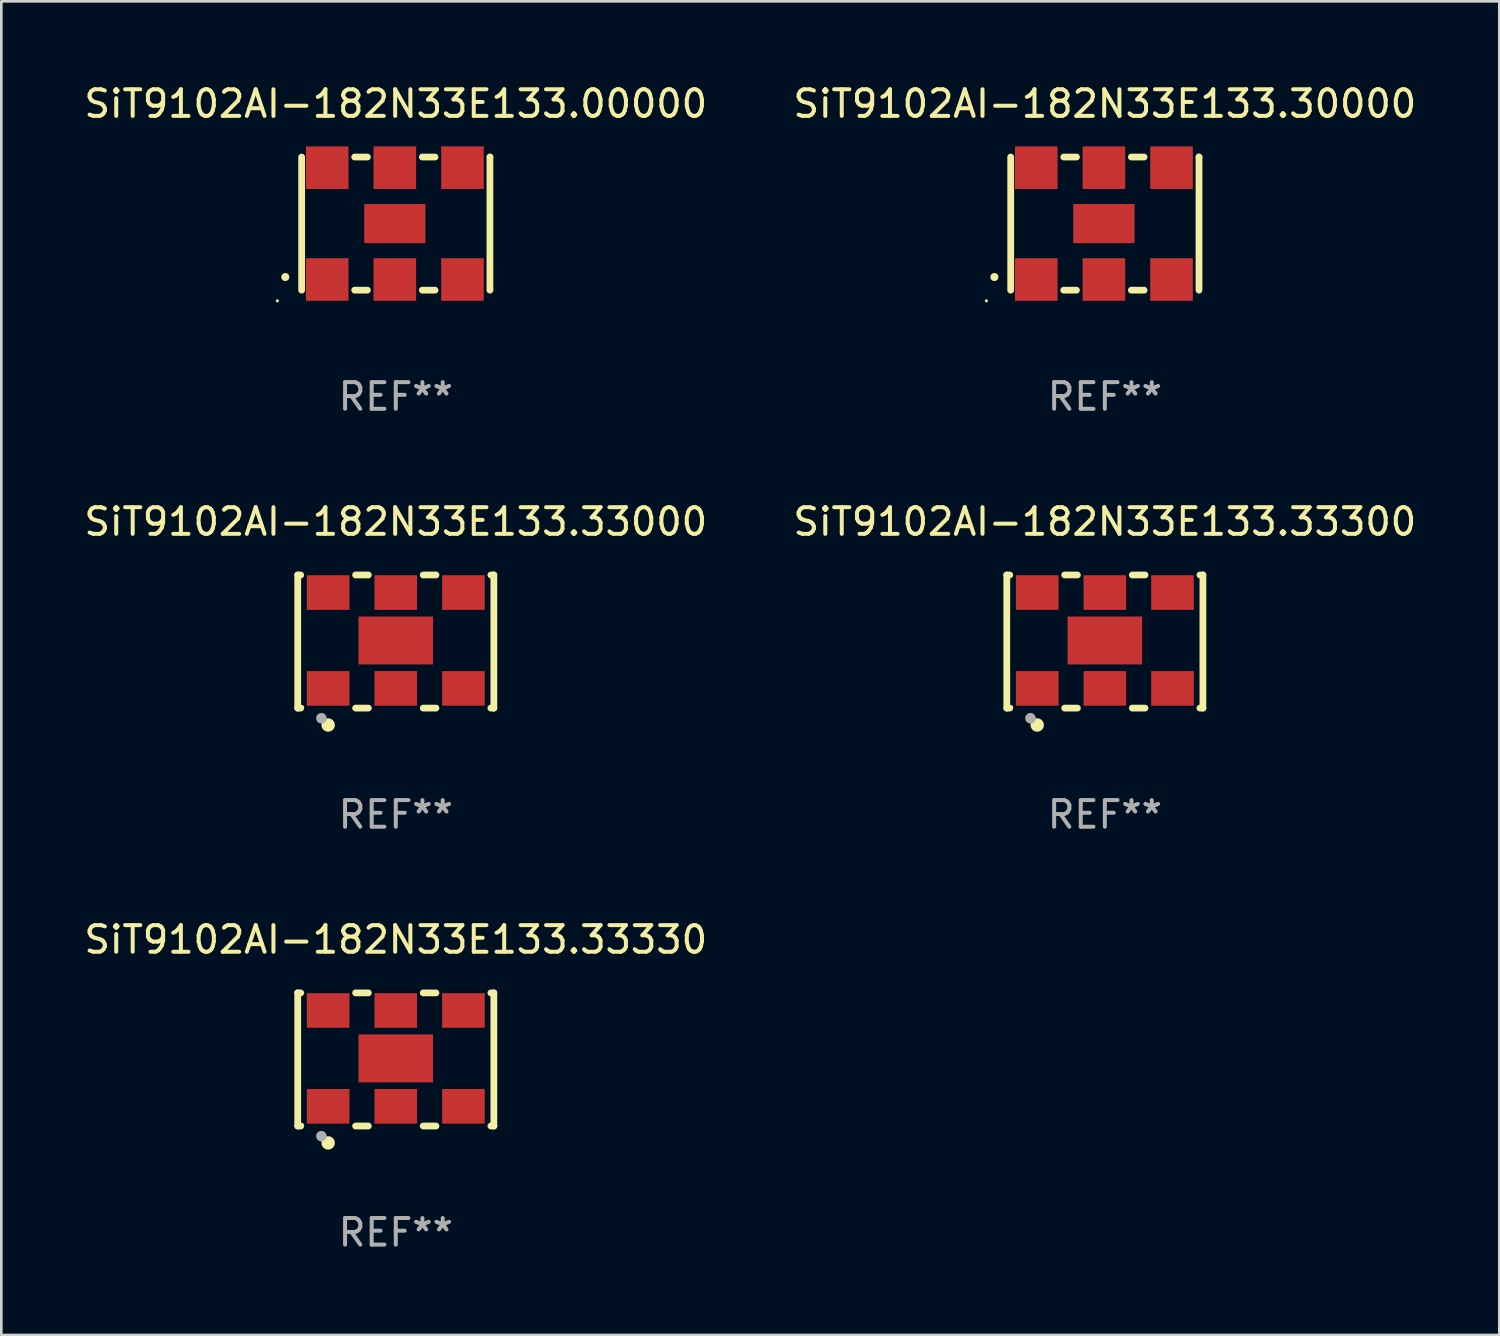
<source format=kicad_pcb>
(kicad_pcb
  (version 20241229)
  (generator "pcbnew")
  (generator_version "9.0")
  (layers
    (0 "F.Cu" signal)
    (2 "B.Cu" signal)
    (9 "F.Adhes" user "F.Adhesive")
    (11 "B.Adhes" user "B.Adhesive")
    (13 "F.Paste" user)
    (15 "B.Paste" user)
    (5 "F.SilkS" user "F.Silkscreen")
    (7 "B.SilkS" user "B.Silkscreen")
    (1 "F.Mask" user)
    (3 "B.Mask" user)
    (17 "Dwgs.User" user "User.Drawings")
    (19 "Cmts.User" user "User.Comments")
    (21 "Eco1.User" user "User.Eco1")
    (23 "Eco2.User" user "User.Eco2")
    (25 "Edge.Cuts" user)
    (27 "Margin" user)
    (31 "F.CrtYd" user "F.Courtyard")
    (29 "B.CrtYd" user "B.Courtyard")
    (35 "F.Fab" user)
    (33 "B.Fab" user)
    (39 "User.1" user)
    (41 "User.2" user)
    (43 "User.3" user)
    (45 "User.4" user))
  (footprint "SiT9102AI-182N33E133.33330"
    (layer "F.Cu")
    (at 11.815 36.741)
    (property "Reference" "SiT9102AI-182N33E133.33330" (at 0 -4.5 0) (layer "F.SilkS") (effects (font (size 1 1) (thickness 0.15))))
    (attr through_hole)
    (fp_line (start -3.683 -2.5) (end -3.571 -2.5) (stroke (width 0.254) (type solid)) (layer "F.SilkS"))
    (fp_line (start -3.683 2.5) (end -3.683 -2.5) (stroke (width 0.254) (type solid)) (layer "F.SilkS"))
    (fp_line (start -3.683 2.5) (end -3.571 2.5) (stroke (width 0.254) (type solid)) (layer "F.SilkS"))
    (fp_line (start -1.509 -2.5) (end -1.031 -2.5) (stroke (width 0.254) (type solid)) (layer "F.SilkS"))
    (fp_line (start -1.509 2.5) (end -1.031 2.5) (stroke (width 0.254) (type solid)) (layer "F.SilkS"))
    (fp_line (start 1.031 -2.5) (end 1.509 -2.5) (stroke (width 0.254) (type solid)) (layer "F.SilkS"))
    (fp_line (start 1.031 2.5) (end 1.509 2.5) (stroke (width 0.254) (type solid)) (layer "F.SilkS"))
    (fp_line (start 3.571 -2.5) (end 3.683 -2.5) (stroke (width 0.254) (type solid)) (layer "F.SilkS"))
    (fp_line (start 3.571 2.5) (end 3.683 2.5) (stroke (width 0.254) (type solid)) (layer "F.SilkS"))
    (fp_line (start 3.683 2.5) (end 3.683 -2.5) (stroke (width 0.254) (type solid)) (layer "F.SilkS"))
    (fp_circle (center -3.5 2.46) (end -3.47 2.46) (stroke (width 0.06) (type solid)) (fill no) (layer "F.SilkS"))
    (fp_circle (center -2.54 3.135) (end -2.413 3.135) (stroke (width 0.254) (type solid)) (fill no) (layer "F.SilkS"))
    (fp_circle (center -2.794 2.881) (end -2.694 2.881) (stroke (width 0.2) (type solid)) (fill no) (layer "F.Fab"))
    (fp_text user "REF**" (at 0 6.5 0) (layer "F.Fab") (effects (font (size 1 1) (thickness 0.15))))
    (pad "1" smd rect (at -2.54 1.76) (size 1.6 1.3) (layers "F.Cu" "F.Mask" "F.Paste"))
    (pad "2" smd rect (at 0 1.76) (size 1.6 1.3) (layers "F.Cu" "F.Mask" "F.Paste"))
    (pad "3" smd rect (at 2.54 1.76) (size 1.6 1.3) (layers "F.Cu" "F.Mask" "F.Paste"))
    (pad "4" smd rect (at 2.54 -1.84) (size 1.6 1.3) (layers "F.Cu" "F.Mask" "F.Paste"))
    (pad "5" smd rect (at 0 -1.84) (size 1.6 1.3) (layers "F.Cu" "F.Mask" "F.Paste"))
    (pad "6" smd rect (at -2.54 -1.84) (size 1.6 1.3) (layers "F.Cu" "F.Mask" "F.Paste"))
    (pad "7" smd rect (at 0 -0.04) (size 2.8 1.8) (layers "F.Cu" "F.Mask" "F.Paste")))
  (footprint "SiT9102AI-182N33E133.00000"
    (layer "F.Cu")
    (at 11.815 5.348)
    (property "Reference" "SiT9102AI-182N33E133.00000" (at 0 -4.5 0) (layer "F.SilkS") (effects (font (size 1 1) (thickness 0.15))))
    (attr through_hole)
    (fp_line (start -3.536 -2.5) (end -3.536 2.5) (stroke (width 0.254) (type solid)) (layer "F.SilkS"))
    (fp_line (start -1.544 2.5) (end -1.067 2.5) (stroke (width 0.254) (type solid)) (layer "F.SilkS"))
    (fp_line (start -1.067 -2.5) (end -1.544 -2.5) (stroke (width 0.254) (type solid)) (layer "F.SilkS"))
    (fp_line (start 0.996 2.5) (end 1.473 2.5) (stroke (width 0.254) (type solid)) (layer "F.SilkS"))
    (fp_line (start 1.473 -2.5) (end 0.996 -2.5) (stroke (width 0.254) (type solid)) (layer "F.SilkS"))
    (fp_line (start 3.536 -2.5) (end 3.536 -2.5) (stroke (width 0.254) (type solid)) (layer "F.SilkS"))
    (fp_line (start 3.536 2.5) (end 3.536 -2.5) (stroke (width 0.254) (type solid)) (layer "F.SilkS"))
    (fp_arc (start -4.150432 2.006604) (mid -4.149162 2.006599) (end -4.147892 2.006604) (stroke (width 0.3) (type solid)) (layer "F.SilkS"))
    (fp_circle (center -4.449 2.9) (end -4.419 2.9) (stroke (width 0.06) (type solid)) (fill no) (layer "F.SilkS"))
    (fp_text user "REF**" (at 0 6.5 0) (layer "F.Fab") (effects (font (size 1 1) (thickness 0.15))))
    (pad "1" smd rect (at -2.576 2.1) (size 1.6 1.6) (layers "F.Cu" "F.Mask" "F.Paste"))
    (pad "2" smd rect (at -0.036 2.1) (size 1.6 1.6) (layers "F.Cu" "F.Mask" "F.Paste"))
    (pad "3" smd rect (at 2.504 2.1) (size 1.6 1.6) (layers "F.Cu" "F.Mask" "F.Paste"))
    (pad "4" smd rect (at 2.504 -2.1) (size 1.6 1.6) (layers "F.Cu" "F.Mask" "F.Paste"))
    (pad "5" smd rect (at -0.036 -2.1) (size 1.6 1.6) (layers "F.Cu" "F.Mask" "F.Paste"))
    (pad "6" smd rect (at -2.576 -2.1) (size 1.6 1.6) (layers "F.Cu" "F.Mask" "F.Paste"))
    (pad "7" smd rect (at -0.036 0) (size 2.3 1.47) (layers "F.Cu" "F.Mask" "F.Paste")))
  (footprint "SiT9102AI-182N33E133.33300"
    (layer "F.Cu")
    (at 38.446 21.045)
    (property "Reference" "SiT9102AI-182N33E133.33300" (at 0 -4.5 0) (layer "F.SilkS") (effects (font (size 1 1) (thickness 0.15))))
    (attr through_hole)
    (fp_line (start -3.683 -2.5) (end -3.571 -2.5) (stroke (width 0.254) (type solid)) (layer "F.SilkS"))
    (fp_line (start -3.683 2.5) (end -3.683 -2.5) (stroke (width 0.254) (type solid)) (layer "F.SilkS"))
    (fp_line (start -3.683 2.5) (end -3.571 2.5) (stroke (width 0.254) (type solid)) (layer "F.SilkS"))
    (fp_line (start -1.509 -2.5) (end -1.031 -2.5) (stroke (width 0.254) (type solid)) (layer "F.SilkS"))
    (fp_line (start -1.509 2.5) (end -1.031 2.5) (stroke (width 0.254) (type solid)) (layer "F.SilkS"))
    (fp_line (start 1.031 -2.5) (end 1.509 -2.5) (stroke (width 0.254) (type solid)) (layer "F.SilkS"))
    (fp_line (start 1.031 2.5) (end 1.509 2.5) (stroke (width 0.254) (type solid)) (layer "F.SilkS"))
    (fp_line (start 3.571 -2.5) (end 3.683 -2.5) (stroke (width 0.254) (type solid)) (layer "F.SilkS"))
    (fp_line (start 3.571 2.5) (end 3.683 2.5) (stroke (width 0.254) (type solid)) (layer "F.SilkS"))
    (fp_line (start 3.683 2.5) (end 3.683 -2.5) (stroke (width 0.254) (type solid)) (layer "F.SilkS"))
    (fp_circle (center -3.5 2.46) (end -3.47 2.46) (stroke (width 0.06) (type solid)) (fill no) (layer "F.SilkS"))
    (fp_circle (center -2.54 3.135) (end -2.413 3.135) (stroke (width 0.254) (type solid)) (fill no) (layer "F.SilkS"))
    (fp_circle (center -2.794 2.881) (end -2.694 2.881) (stroke (width 0.2) (type solid)) (fill no) (layer "F.Fab"))
    (fp_text user "REF**" (at 0 6.5 0) (layer "F.Fab") (effects (font (size 1 1) (thickness 0.15))))
    (pad "1" smd rect (at -2.54 1.76) (size 1.6 1.3) (layers "F.Cu" "F.Mask" "F.Paste"))
    (pad "2" smd rect (at 0 1.76) (size 1.6 1.3) (layers "F.Cu" "F.Mask" "F.Paste"))
    (pad "3" smd rect (at 2.54 1.76) (size 1.6 1.3) (layers "F.Cu" "F.Mask" "F.Paste"))
    (pad "4" smd rect (at 2.54 -1.84) (size 1.6 1.3) (layers "F.Cu" "F.Mask" "F.Paste"))
    (pad "5" smd rect (at 0 -1.84) (size 1.6 1.3) (layers "F.Cu" "F.Mask" "F.Paste"))
    (pad "6" smd rect (at -2.54 -1.84) (size 1.6 1.3) (layers "F.Cu" "F.Mask" "F.Paste"))
    (pad "7" smd rect (at 0 -0.04) (size 2.8 1.8) (layers "F.Cu" "F.Mask" "F.Paste")))
  (footprint "SiT9102AI-182N33E133.33000"
    (layer "F.Cu")
    (at 11.815 21.045)
    (property "Reference" "SiT9102AI-182N33E133.33000" (at 0 -4.5 0) (layer "F.SilkS") (effects (font (size 1 1) (thickness 0.15))))
    (attr through_hole)
    (fp_line (start -3.683 -2.5) (end -3.571 -2.5) (stroke (width 0.254) (type solid)) (layer "F.SilkS"))
    (fp_line (start -3.683 2.5) (end -3.683 -2.5) (stroke (width 0.254) (type solid)) (layer "F.SilkS"))
    (fp_line (start -3.683 2.5) (end -3.571 2.5) (stroke (width 0.254) (type solid)) (layer "F.SilkS"))
    (fp_line (start -1.509 -2.5) (end -1.031 -2.5) (stroke (width 0.254) (type solid)) (layer "F.SilkS"))
    (fp_line (start -1.509 2.5) (end -1.031 2.5) (stroke (width 0.254) (type solid)) (layer "F.SilkS"))
    (fp_line (start 1.031 -2.5) (end 1.509 -2.5) (stroke (width 0.254) (type solid)) (layer "F.SilkS"))
    (fp_line (start 1.031 2.5) (end 1.509 2.5) (stroke (width 0.254) (type solid)) (layer "F.SilkS"))
    (fp_line (start 3.571 -2.5) (end 3.683 -2.5) (stroke (width 0.254) (type solid)) (layer "F.SilkS"))
    (fp_line (start 3.571 2.5) (end 3.683 2.5) (stroke (width 0.254) (type solid)) (layer "F.SilkS"))
    (fp_line (start 3.683 2.5) (end 3.683 -2.5) (stroke (width 0.254) (type solid)) (layer "F.SilkS"))
    (fp_circle (center -3.5 2.46) (end -3.47 2.46) (stroke (width 0.06) (type solid)) (fill no) (layer "F.SilkS"))
    (fp_circle (center -2.54 3.135) (end -2.413 3.135) (stroke (width 0.254) (type solid)) (fill no) (layer "F.SilkS"))
    (fp_circle (center -2.794 2.881) (end -2.694 2.881) (stroke (width 0.2) (type solid)) (fill no) (layer "F.Fab"))
    (fp_text user "REF**" (at 0 6.5 0) (layer "F.Fab") (effects (font (size 1 1) (thickness 0.15))))
    (pad "1" smd rect (at -2.54 1.76) (size 1.6 1.3) (layers "F.Cu" "F.Mask" "F.Paste"))
    (pad "2" smd rect (at 0 1.76) (size 1.6 1.3) (layers "F.Cu" "F.Mask" "F.Paste"))
    (pad "3" smd rect (at 2.54 1.76) (size 1.6 1.3) (layers "F.Cu" "F.Mask" "F.Paste"))
    (pad "4" smd rect (at 2.54 -1.84) (size 1.6 1.3) (layers "F.Cu" "F.Mask" "F.Paste"))
    (pad "5" smd rect (at 0 -1.84) (size 1.6 1.3) (layers "F.Cu" "F.Mask" "F.Paste"))
    (pad "6" smd rect (at -2.54 -1.84) (size 1.6 1.3) (layers "F.Cu" "F.Mask" "F.Paste"))
    (pad "7" smd rect (at 0 -0.04) (size 2.8 1.8) (layers "F.Cu" "F.Mask" "F.Paste")))
  (footprint "SiT9102AI-182N33E133.30000"
    (layer "F.Cu")
    (at 38.446 5.348)
    (property "Reference" "SiT9102AI-182N33E133.30000" (at 0 -4.5 0) (layer "F.SilkS") (effects (font (size 1 1) (thickness 0.15))))
    (attr through_hole)
    (fp_line (start -3.536 -2.5) (end -3.536 2.5) (stroke (width 0.254) (type solid)) (layer "F.SilkS"))
    (fp_line (start -1.544 2.5) (end -1.067 2.5) (stroke (width 0.254) (type solid)) (layer "F.SilkS"))
    (fp_line (start -1.067 -2.5) (end -1.544 -2.5) (stroke (width 0.254) (type solid)) (layer "F.SilkS"))
    (fp_line (start 0.996 2.5) (end 1.473 2.5) (stroke (width 0.254) (type solid)) (layer "F.SilkS"))
    (fp_line (start 1.473 -2.5) (end 0.996 -2.5) (stroke (width 0.254) (type solid)) (layer "F.SilkS"))
    (fp_line (start 3.536 -2.5) (end 3.536 -2.5) (stroke (width 0.254) (type solid)) (layer "F.SilkS"))
    (fp_line (start 3.536 2.5) (end 3.536 -2.5) (stroke (width 0.254) (type solid)) (layer "F.SilkS"))
    (fp_arc (start -4.150432 2.006604) (mid -4.149162 2.006599) (end -4.147892 2.006604) (stroke (width 0.3) (type solid)) (layer "F.SilkS"))
    (fp_circle (center -4.449 2.9) (end -4.419 2.9) (stroke (width 0.06) (type solid)) (fill no) (layer "F.SilkS"))
    (fp_text user "REF**" (at 0 6.5 0) (layer "F.Fab") (effects (font (size 1 1) (thickness 0.15))))
    (pad "1" smd rect (at -2.576 2.1) (size 1.6 1.6) (layers "F.Cu" "F.Mask" "F.Paste"))
    (pad "2" smd rect (at -0.036 2.1) (size 1.6 1.6) (layers "F.Cu" "F.Mask" "F.Paste"))
    (pad "3" smd rect (at 2.504 2.1) (size 1.6 1.6) (layers "F.Cu" "F.Mask" "F.Paste"))
    (pad "4" smd rect (at 2.504 -2.1) (size 1.6 1.6) (layers "F.Cu" "F.Mask" "F.Paste"))
    (pad "5" smd rect (at -0.036 -2.1) (size 1.6 1.6) (layers "F.Cu" "F.Mask" "F.Paste"))
    (pad "6" smd rect (at -2.576 -2.1) (size 1.6 1.6) (layers "F.Cu" "F.Mask" "F.Paste"))
    (pad "7" smd rect (at -0.036 0) (size 2.3 1.47) (layers "F.Cu" "F.Mask" "F.Paste")))
  (gr_rect
    (start -3 -3)
    (end 53.262 47.09)
    (stroke (width 0.1) (type default))
    (fill no)
    (layer "Edge.Cuts")))
</source>
